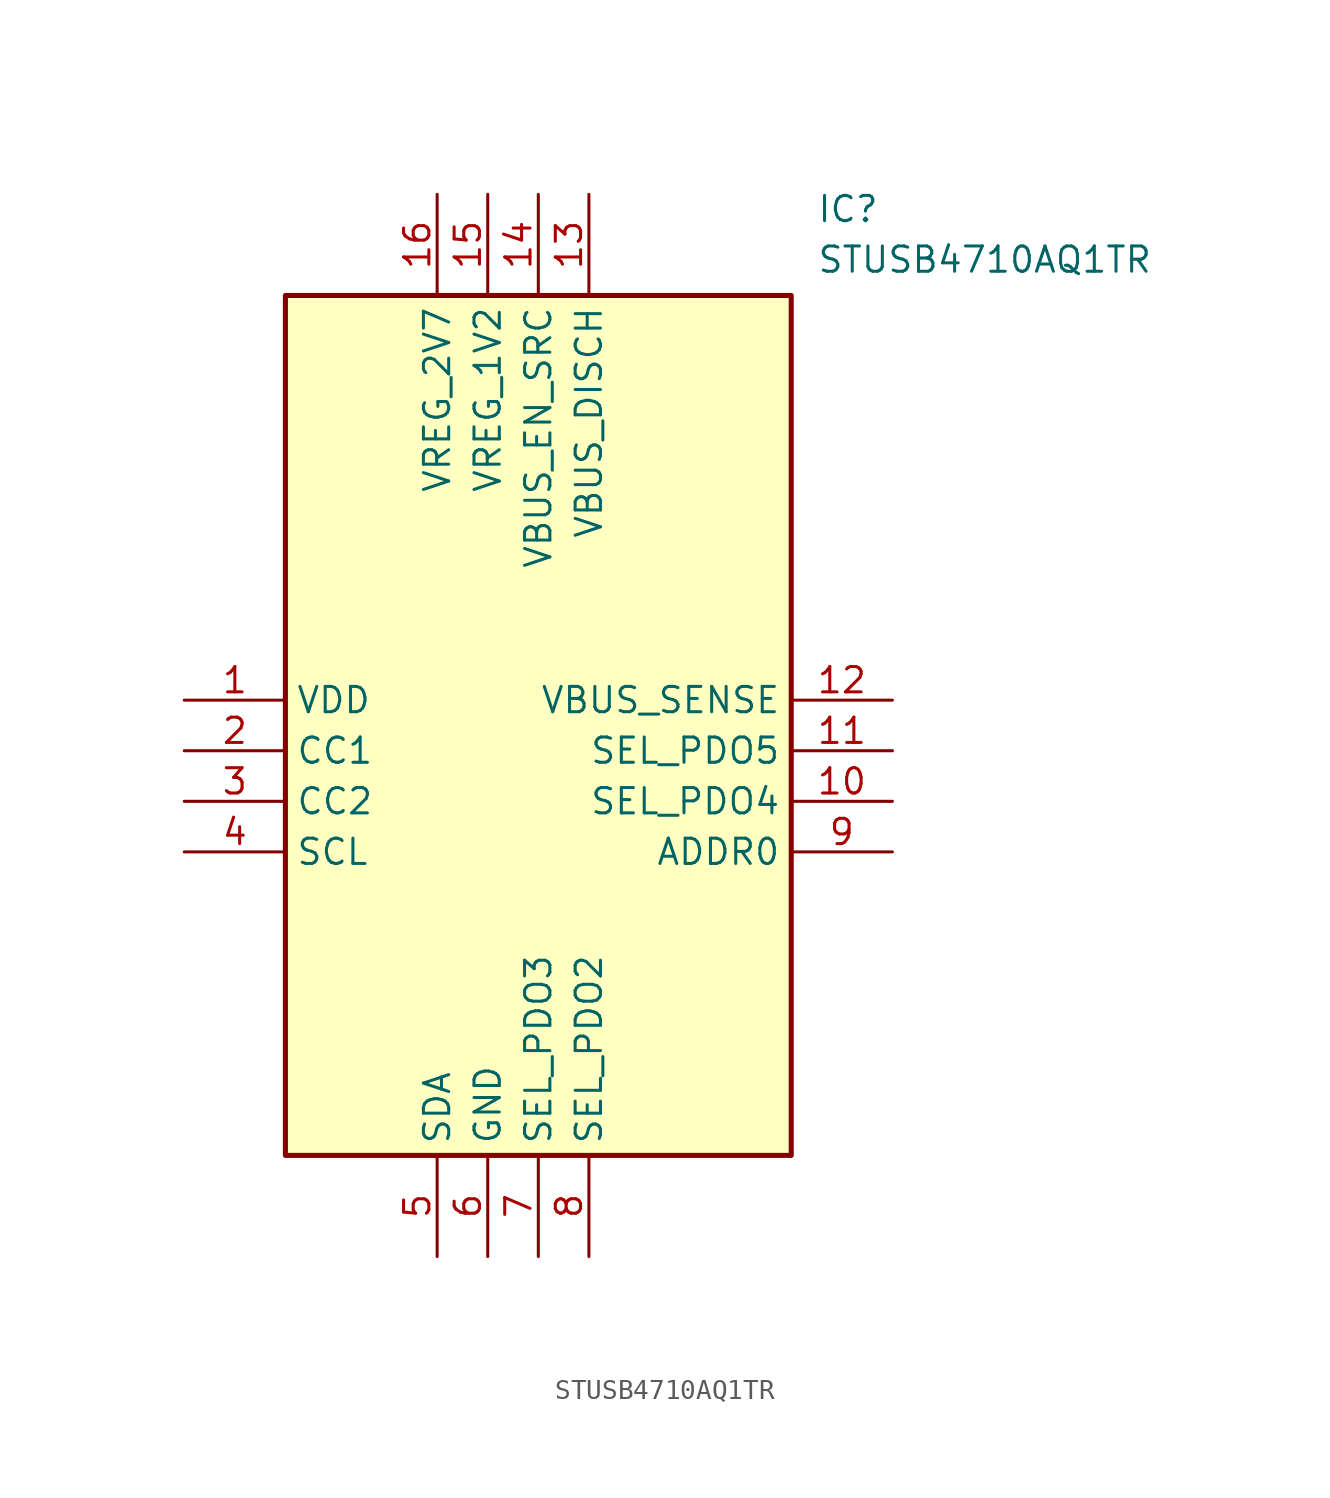
<source format=kicad_sym>
(kicad_symbol_lib
  (version 20211014)
  (generator SamacSys_ECAD_Model)
  (symbol "STUSB4710AQ1TR"
    (property "Reference" "IC"
      (at 31.75 25.4 0)
      (effects (font (size 1.27 1.27)) (justify left top)))
    (property "Value" "STUSB4710AQ1TR"
      (at 31.75 22.86 0)
      (effects (font (size 1.27 1.27)) (justify left top)))
    (rectangle
      (start 5.08 20.32)
      (end 30.48 -22.86)
      (stroke (width 0.254) (type default))
      (fill (type background)))
    (pin passive line
      (at 0 0 0)
      (length 5.08)
      (name "VDD" (effects (font (size 1.27 1.27))))
      (number "1" (effects (font (size 1.27 1.27)))))
    (pin passive line
      (at 0 -2.54 0)
      (length 5.08)
      (name "CC1" (effects (font (size 1.27 1.27))))
      (number "2" (effects (font (size 1.27 1.27)))))
    (pin passive line
      (at 0 -5.08 0)
      (length 5.08)
      (name "CC2" (effects (font (size 1.27 1.27))))
      (number "3" (effects (font (size 1.27 1.27)))))
    (pin passive line
      (at 0 -7.62 0)
      (length 5.08)
      (name "SCL" (effects (font (size 1.27 1.27))))
      (number "4" (effects (font (size 1.27 1.27)))))
    (pin passive line
      (at 12.7 -27.94 90)
      (length 5.08)
      (name "SDA" (effects (font (size 1.27 1.27))))
      (number "5" (effects (font (size 1.27 1.27)))))
    (pin passive line
      (at 15.24 -27.94 90)
      (length 5.08)
      (name "GND" (effects (font (size 1.27 1.27))))
      (number "6" (effects (font (size 1.27 1.27)))))
    (pin passive line
      (at 17.78 -27.94 90)
      (length 5.08)
      (name "SEL_PDO3" (effects (font (size 1.27 1.27))))
      (number "7" (effects (font (size 1.27 1.27)))))
    (pin passive line
      (at 20.32 -27.94 90)
      (length 5.08)
      (name "SEL_PDO2" (effects (font (size 1.27 1.27))))
      (number "8" (effects (font (size 1.27 1.27)))))
    (pin passive line
      (at 35.56 0 180)
      (length 5.08)
      (name "VBUS_SENSE" (effects (font (size 1.27 1.27))))
      (number "12" (effects (font (size 1.27 1.27)))))
    (pin passive line
      (at 35.56 -2.54 180)
      (length 5.08)
      (name "SEL_PDO5" (effects (font (size 1.27 1.27))))
      (number "11" (effects (font (size 1.27 1.27)))))
    (pin passive line
      (at 35.56 -5.08 180)
      (length 5.08)
      (name "SEL_PDO4" (effects (font (size 1.27 1.27))))
      (number "10" (effects (font (size 1.27 1.27)))))
    (pin passive line
      (at 35.56 -7.62 180)
      (length 5.08)
      (name "ADDR0" (effects (font (size 1.27 1.27))))
      (number "9" (effects (font (size 1.27 1.27)))))
    (pin passive line
      (at 12.7 25.4 270)
      (length 5.08)
      (name "VREG_2V7" (effects (font (size 1.27 1.27))))
      (number "16" (effects (font (size 1.27 1.27)))))
    (pin passive line
      (at 15.24 25.4 270)
      (length 5.08)
      (name "VREG_1V2" (effects (font (size 1.27 1.27))))
      (number "15" (effects (font (size 1.27 1.27)))))
    (pin passive line
      (at 17.78 25.4 270)
      (length 5.08)
      (name "VBUS_EN_SRC" (effects (font (size 1.27 1.27))))
      (number "14" (effects (font (size 1.27 1.27)))))
    (pin passive line
      (at 20.32 25.4 270)
      (length 5.08)
      (name "VBUS_DISCH" (effects (font (size 1.27 1.27))))
      (number "13" (effects (font (size 1.27 1.27)))))))
</source>
